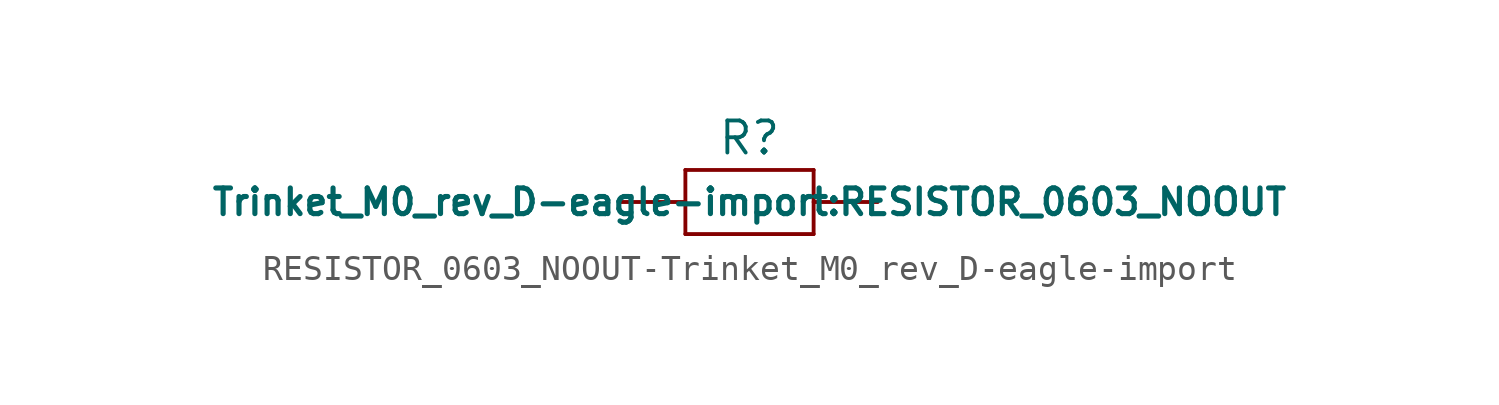
<source format=kicad_sym>
(kicad_symbol_lib
  (version 20241209)
  (generator "kicad_symbol_editor")
  (generator_version "9.0")
  (symbol "RESISTOR_0603_NOOUT-Trinket_M0_rev_D-eagle-import"
    (pin_names
      (offset 1.016))
    (property "Reference" "R"
      (at 0 2.54 0)
      (effects (font (size 1.27 1.27))))
    (property "Value" "Trinket_M0_rev_D-eagle-import:RESISTOR_0603_NOOUT"
      (at 0 0 0)
      (effects (font (size 1.016 1.016) (bold yes))))
    (property "ki_locked" ""
      (at 0 0 0)
      (effects (font (size 1.27 1.27))))
    (symbol "RESISTOR_0603_NOOUT-Trinket_M0_rev_D-eagle-import_1_0"
      (polyline (pts (xy -2.54 1.27) (xy 2.54 1.27)) (stroke (width 0) (type solid)) (fill (type none)))
      (polyline (pts (xy -2.54 -1.27) (xy -2.54 1.27)) (stroke (width 0) (type solid)) (fill (type none)))
      (polyline (pts (xy 2.54 1.27) (xy 2.54 -1.27)) (stroke (width 0) (type solid)) (fill (type none)))
      (polyline (pts (xy 2.54 -1.27) (xy -2.54 -1.27)) (stroke (width 0) (type solid)) (fill (type none)))
      (pin passive line (at -5.08 0 0) (length 2.54) (name "1" (effects (font (size 0 0)))) (number "1" (effects (font (size 0 0)))))
      (pin passive line (at 5.08 0 180) (length 2.54) (name "2" (effects (font (size 0 0)))) (number "2" (effects (font (size 0 0))))))))
</source>
